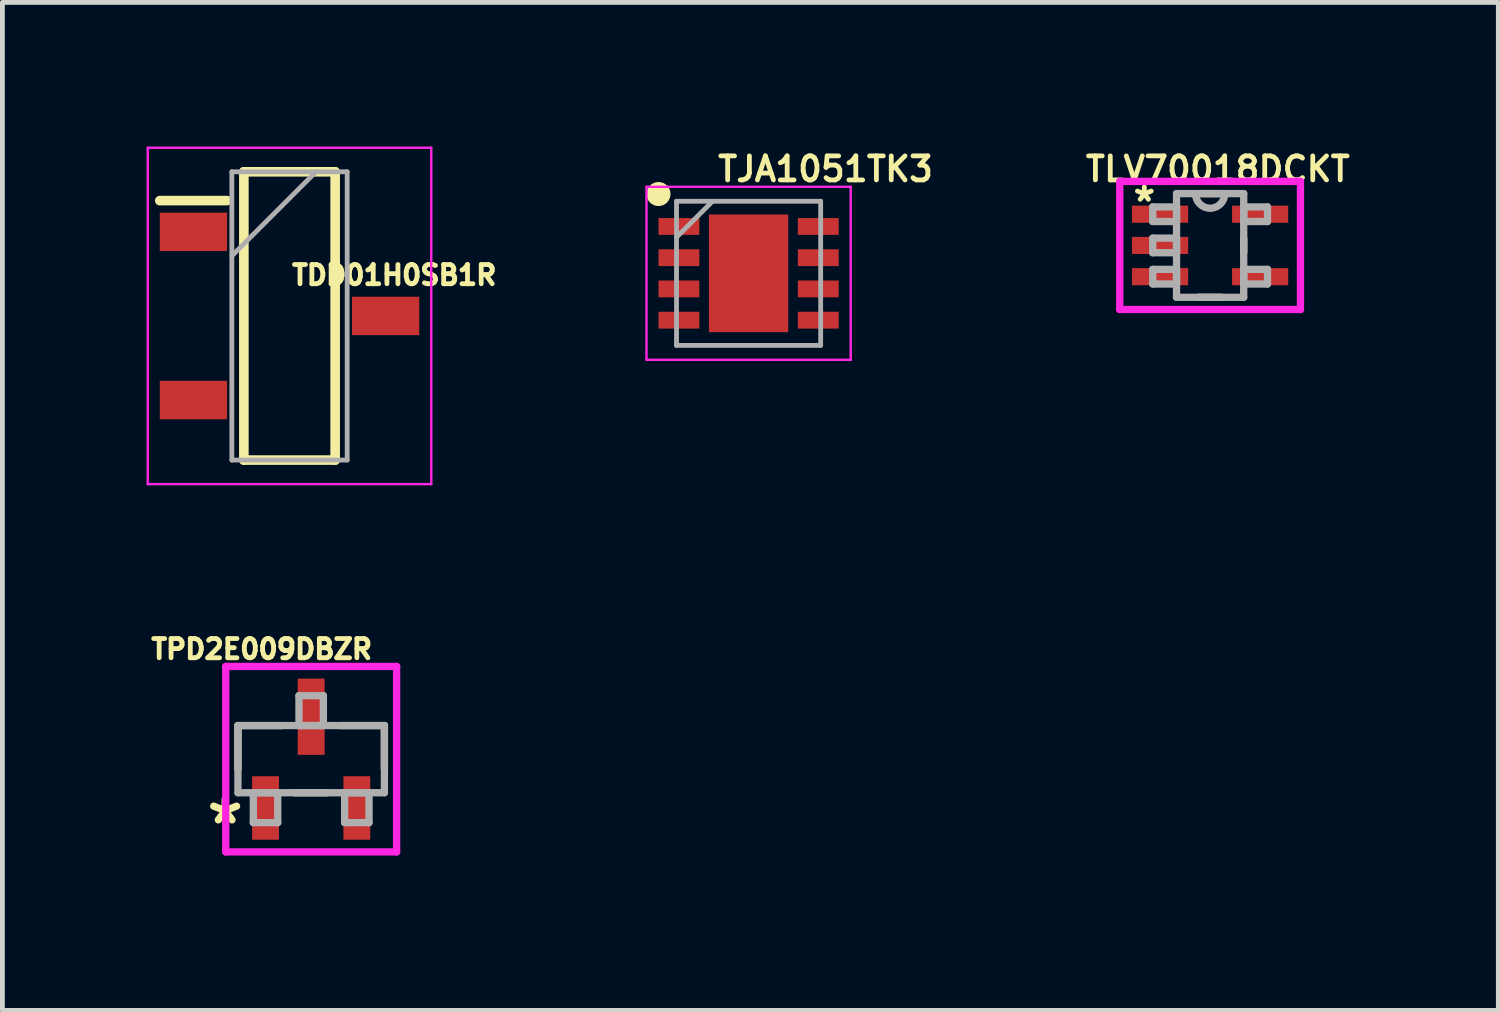
<source format=kicad_pcb>
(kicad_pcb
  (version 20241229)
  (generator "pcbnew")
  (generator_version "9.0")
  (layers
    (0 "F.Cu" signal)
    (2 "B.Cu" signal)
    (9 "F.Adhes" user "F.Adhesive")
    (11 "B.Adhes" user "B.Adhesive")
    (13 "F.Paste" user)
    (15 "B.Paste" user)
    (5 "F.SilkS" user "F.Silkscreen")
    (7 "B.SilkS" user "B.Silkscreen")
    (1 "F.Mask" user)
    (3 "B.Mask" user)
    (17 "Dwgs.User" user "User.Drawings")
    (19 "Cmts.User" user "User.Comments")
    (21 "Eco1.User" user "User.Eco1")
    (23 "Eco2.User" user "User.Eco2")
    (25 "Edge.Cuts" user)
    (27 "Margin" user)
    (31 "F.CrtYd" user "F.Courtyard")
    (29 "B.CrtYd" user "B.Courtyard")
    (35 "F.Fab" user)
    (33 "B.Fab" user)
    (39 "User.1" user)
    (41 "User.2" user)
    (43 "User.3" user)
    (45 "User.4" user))
  (footprint "TDD01H0SB1R"
    (layer "F.Cu")
    (at 2.975 3.525)
    (property "Reference" "TDD01H0SB1R" (at 2.18 -0.85 0) (layer "F.SilkS") (effects (font (size 0.4 0.4) (thickness 0.1))))
    (attr smd)
    (fp_line (start -2.7 -2.4) (end -1.3 -2.4) (stroke (width 0.2) (type solid)) (layer "F.SilkS"))
    (fp_line (start -0.95 -3) (end 0.95 -3) (stroke (width 0.2) (type solid)) (layer "F.SilkS"))
    (fp_line (start -0.95 3) (end -0.95 -3) (stroke (width 0.2) (type solid)) (layer "F.SilkS"))
    (fp_line (start 0.95 -3) (end 0.95 3) (stroke (width 0.2) (type solid)) (layer "F.SilkS"))
    (fp_line (start 0.95 3) (end -0.95 3) (stroke (width 0.2) (type solid)) (layer "F.SilkS"))
    (fp_line (start -2.95 -3.5) (end 2.95 -3.5) (stroke (width 0.05) (type solid)) (layer "F.CrtYd"))
    (fp_line (start -2.95 3.5) (end -2.95 -3.5) (stroke (width 0.05) (type solid)) (layer "F.CrtYd"))
    (fp_line (start 2.95 -3.5) (end 2.95 3.5) (stroke (width 0.05) (type solid)) (layer "F.CrtYd"))
    (fp_line (start 2.95 3.5) (end -2.95 3.5) (stroke (width 0.05) (type solid)) (layer "F.CrtYd"))
    (fp_line (start -1.2 -3) (end 1.2 -3) (stroke (width 0.1) (type solid)) (layer "F.Fab"))
    (fp_line (start -1.2 -1.25) (end 0.55 -3) (stroke (width 0.1) (type solid)) (layer "F.Fab"))
    (fp_line (start -1.2 3) (end -1.2 -3) (stroke (width 0.1) (type solid)) (layer "F.Fab"))
    (fp_line (start 1.2 -3) (end 1.2 3) (stroke (width 0.1) (type solid)) (layer "F.Fab"))
    (fp_line (start 1.2 3) (end -1.2 3) (stroke (width 0.1) (type solid)) (layer "F.Fab"))
    (pad "1" smd rect (at -2 -1.75 90) (size 0.8 1.4) (layers "F.Cu" "F.Mask" "F.Paste"))
    (pad "2" smd rect (at -2 1.75 90) (size 0.8 1.4) (layers "F.Cu" "F.Mask" "F.Paste"))
    (pad "3" smd rect (at 2 0 90) (size 0.8 1.4) (layers "F.Cu" "F.Mask" "F.Paste")))
  (footprint "TPD2E009DBZR"
    (layer "F.Cu")
    (at 3.426 12.749)
    (property "Reference" "TPD2E009DBZR" (at -1.03 -2.29 0) (layer "F.SilkS") (effects (font (size 0.4 0.4) (thickness 0.1))))
    (attr through_hole)
    (fp_line (start -1.524 -0.699) (end -1.524 0.201) (stroke (width 0.152) (type solid)) (layer "F.SilkS"))
    (fp_line (start -0.612 -0.699) (end -1.524 -0.699) (stroke (width 0.152) (type solid)) (layer "F.SilkS"))
    (fp_line (start -0.338 0.699) (end 0.338 0.699) (stroke (width 0.152) (type solid)) (layer "F.SilkS"))
    (fp_line (start 1.524 -0.699) (end 0.612 -0.699) (stroke (width 0.152) (type solid)) (layer "F.SilkS"))
    (fp_line (start 1.524 0.201) (end 1.524 -0.699) (stroke (width 0.152) (type solid)) (layer "F.SilkS"))
    (fp_line (start -1.778 -1.93) (end 1.778 -1.93) (stroke (width 0.152) (type solid)) (layer "F.CrtYd"))
    (fp_line (start -1.778 1.93) (end -1.778 -1.93) (stroke (width 0.152) (type solid)) (layer "F.CrtYd"))
    (fp_line (start 1.778 -1.93) (end 1.778 1.93) (stroke (width 0.152) (type solid)) (layer "F.CrtYd"))
    (fp_line (start 1.778 1.93) (end -1.778 1.93) (stroke (width 0.152) (type solid)) (layer "F.CrtYd"))
    (fp_line (start -1.524 -0.699) (end -1.524 0.699) (stroke (width 0.152) (type solid)) (layer "F.Fab"))
    (fp_line (start -1.524 0.699) (end 1.524 0.699) (stroke (width 0.152) (type solid)) (layer "F.Fab"))
    (fp_line (start -1.204 0.699) (end -1.204 1.321) (stroke (width 0.152) (type solid)) (layer "F.Fab"))
    (fp_line (start -1.204 1.321) (end -0.696 1.321) (stroke (width 0.152) (type solid)) (layer "F.Fab"))
    (fp_line (start -0.696 0.699) (end -1.204 0.699) (stroke (width 0.152) (type solid)) (layer "F.Fab"))
    (fp_line (start -0.696 1.321) (end -0.696 0.699) (stroke (width 0.152) (type solid)) (layer "F.Fab"))
    (fp_line (start -0.254 -1.321) (end -0.254 -0.699) (stroke (width 0.152) (type solid)) (layer "F.Fab"))
    (fp_line (start -0.254 -0.699) (end 0.254 -0.699) (stroke (width 0.152) (type solid)) (layer "F.Fab"))
    (fp_line (start 0.254 -1.321) (end -0.254 -1.321) (stroke (width 0.152) (type solid)) (layer "F.Fab"))
    (fp_line (start 0.254 -0.699) (end 0.254 -1.321) (stroke (width 0.152) (type solid)) (layer "F.Fab"))
    (fp_line (start 0.696 0.699) (end 0.696 1.321) (stroke (width 0.152) (type solid)) (layer "F.Fab"))
    (fp_line (start 0.696 1.321) (end 1.204 1.321) (stroke (width 0.152) (type solid)) (layer "F.Fab"))
    (fp_line (start 1.204 0.699) (end 0.696 0.699) (stroke (width 0.152) (type solid)) (layer "F.Fab"))
    (fp_line (start 1.204 1.321) (end 1.204 0.699) (stroke (width 0.152) (type solid)) (layer "F.Fab"))
    (fp_line (start 1.524 -0.699) (end -1.524 -0.699) (stroke (width 0.152) (type solid)) (layer "F.Fab"))
    (fp_line (start 1.524 0.699) (end 1.524 -0.699) (stroke (width 0.152) (type solid)) (layer "F.Fab"))
    (fp_text user "*" (at -1.79 1.38 0) (layer "F.SilkS") (effects (font (size 1 1) (thickness 0.15))))
    (pad "1" smd rect (at -0.95 1.016) (size 0.559 1.321) (layers "F.Cu" "F.Mask" "F.Paste"))
    (pad "2" smd rect (at 0.95 1.016) (size 0.559 1.321) (layers "F.Cu" "F.Mask" "F.Paste"))
    (pad "3" smd rect (at 0 -0.883) (size 0.559 1.587) (layers "F.Cu" "F.Mask" "F.Paste")))
  (footprint "TLV70018DCKT"
    (layer "F.Cu")
    (at 22.134 2.058)
    (property "Reference" "TLV70018DCKT" (at 0.16 -1.59 0) (layer "F.SilkS") (effects (font (size 0.5 0.5) (thickness 0.1))))
    (attr through_hole)
    (fp_line (start -0.24 1.079) (end 0.24 1.079) (stroke (width 0.152) (type solid)) (layer "F.SilkS"))
    (fp_line (start 0.24 -1.079) (end -0.24 -1.079) (stroke (width 0.152) (type solid)) (layer "F.SilkS"))
    (fp_line (start 0.699 0.139) (end 0.699 -0.139) (stroke (width 0.152) (type solid)) (layer "F.SilkS"))
    (fp_line (start -1.88 -1.333) (end 1.88 -1.333) (stroke (width 0.152) (type solid)) (layer "F.CrtYd"))
    (fp_line (start -1.88 1.333) (end -1.88 -1.333) (stroke (width 0.152) (type solid)) (layer "F.CrtYd"))
    (fp_line (start 1.88 -1.333) (end 1.88 1.333) (stroke (width 0.152) (type solid)) (layer "F.CrtYd"))
    (fp_line (start 1.88 1.333) (end -1.88 1.333) (stroke (width 0.152) (type solid)) (layer "F.CrtYd"))
    (fp_line (start -1.194 -0.802) (end -1.194 -0.498) (stroke (width 0.152) (type solid)) (layer "F.Fab"))
    (fp_line (start -1.194 -0.498) (end -0.699 -0.498) (stroke (width 0.152) (type solid)) (layer "F.Fab"))
    (fp_line (start -1.194 -0.152) (end -1.194 0.152) (stroke (width 0.152) (type solid)) (layer "F.Fab"))
    (fp_line (start -1.194 0.152) (end -0.699 0.152) (stroke (width 0.152) (type solid)) (layer "F.Fab"))
    (fp_line (start -1.194 0.498) (end -1.194 0.802) (stroke (width 0.152) (type solid)) (layer "F.Fab"))
    (fp_line (start -1.194 0.802) (end -0.699 0.802) (stroke (width 0.152) (type solid)) (layer "F.Fab"))
    (fp_line (start -0.699 -1.079) (end -0.699 1.079) (stroke (width 0.152) (type solid)) (layer "F.Fab"))
    (fp_line (start -0.699 -0.802) (end -1.194 -0.802) (stroke (width 0.152) (type solid)) (layer "F.Fab"))
    (fp_line (start -0.699 -0.498) (end -0.699 -0.802) (stroke (width 0.152) (type solid)) (layer "F.Fab"))
    (fp_line (start -0.699 -0.152) (end -1.194 -0.152) (stroke (width 0.152) (type solid)) (layer "F.Fab"))
    (fp_line (start -0.699 0.152) (end -0.699 -0.152) (stroke (width 0.152) (type solid)) (layer "F.Fab"))
    (fp_line (start -0.699 0.498) (end -1.194 0.498) (stroke (width 0.152) (type solid)) (layer "F.Fab"))
    (fp_line (start -0.699 0.802) (end -0.699 0.498) (stroke (width 0.152) (type solid)) (layer "F.Fab"))
    (fp_line (start -0.699 1.079) (end 0.699 1.079) (stroke (width 0.152) (type solid)) (layer "F.Fab"))
    (fp_line (start 0.699 -1.079) (end -0.699 -1.079) (stroke (width 0.152) (type solid)) (layer "F.Fab"))
    (fp_line (start 0.699 -0.802) (end 0.699 -0.498) (stroke (width 0.152) (type solid)) (layer "F.Fab"))
    (fp_line (start 0.699 -0.498) (end 1.194 -0.498) (stroke (width 0.152) (type solid)) (layer "F.Fab"))
    (fp_line (start 0.699 0.498) (end 0.699 0.802) (stroke (width 0.152) (type solid)) (layer "F.Fab"))
    (fp_line (start 0.699 0.802) (end 1.194 0.802) (stroke (width 0.152) (type solid)) (layer "F.Fab"))
    (fp_line (start 0.699 1.079) (end 0.699 -1.079) (stroke (width 0.152) (type solid)) (layer "F.Fab"))
    (fp_line (start 1.194 -0.802) (end 0.699 -0.802) (stroke (width 0.152) (type solid)) (layer "F.Fab"))
    (fp_line (start 1.194 -0.498) (end 1.194 -0.802) (stroke (width 0.152) (type solid)) (layer "F.Fab"))
    (fp_line (start 1.194 0.498) (end 0.699 0.498) (stroke (width 0.152) (type solid)) (layer "F.Fab"))
    (fp_line (start 1.194 0.802) (end 1.194 0.498) (stroke (width 0.152) (type solid)) (layer "F.Fab"))
    (fp_arc (start 0.3048 -1.0795) (mid 0 -0.7747) (end -0.3048 -1.0795) (stroke (width 0.1524) (type solid)) (layer "F.Fab"))
    (fp_text user "*" (at -1.37 -0.89 0) (layer "F.SilkS") (effects (font (size 0.6 0.6) (thickness 0.1))))
    (pad "1" smd rect (at -1.041 -0.65) (size 1.168 0.356) (layers "F.Cu" "F.Mask" "F.Paste"))
    (pad "2" smd rect (at -1.041 0) (size 1.168 0.356) (layers "F.Cu" "F.Mask" "F.Paste"))
    (pad "3" smd rect (at -1.041 0.65) (size 1.168 0.356) (layers "F.Cu" "F.Mask" "F.Paste"))
    (pad "4" smd rect (at 1.041 0.65) (size 1.168 0.356) (layers "F.Cu" "F.Mask" "F.Paste"))
    (pad "5" smd rect (at 1.041 -0.65) (size 1.168 0.356) (layers "F.Cu" "F.Mask" "F.Paste")))
  (footprint "TJA1051TK3"
    (layer "F.Cu")
    (at 12.529 2.638)
    (property "Reference" "TJA1051TK3" (at 1.6 -2.17 0) (layer "F.SilkS") (effects (font (size 0.5 0.5) (thickness 0.1))))
    (attr smd)
    (fp_circle (center -1.875 -1.65) (end -1.875 -1.525) (stroke (width 0.25) (type solid)) (fill no) (layer "F.SilkS"))
    (fp_line (start -2.125 -1.8) (end 2.125 -1.8) (stroke (width 0.05) (type solid)) (layer "F.CrtYd"))
    (fp_line (start -2.125 1.8) (end -2.125 -1.8) (stroke (width 0.05) (type solid)) (layer "F.CrtYd"))
    (fp_line (start 2.125 -1.8) (end 2.125 1.8) (stroke (width 0.05) (type solid)) (layer "F.CrtYd"))
    (fp_line (start 2.125 1.8) (end -2.125 1.8) (stroke (width 0.05) (type solid)) (layer "F.CrtYd"))
    (fp_line (start -1.5 -1.5) (end 1.5 -1.5) (stroke (width 0.1) (type solid)) (layer "F.Fab"))
    (fp_line (start -1.5 -0.75) (end -0.75 -1.5) (stroke (width 0.1) (type solid)) (layer "F.Fab"))
    (fp_line (start -1.5 1.5) (end -1.5 -1.5) (stroke (width 0.1) (type solid)) (layer "F.Fab"))
    (fp_line (start 1.5 -1.5) (end 1.5 1.5) (stroke (width 0.1) (type solid)) (layer "F.Fab"))
    (fp_line (start 1.5 1.5) (end -1.5 1.5) (stroke (width 0.1) (type solid)) (layer "F.Fab"))
    (pad "1" smd rect (at -1.45 -0.975 90) (size 0.35 0.85) (layers "F.Cu" "F.Mask" "F.Paste"))
    (pad "2" smd rect (at -1.45 -0.325 90) (size 0.35 0.85) (layers "F.Cu" "F.Mask" "F.Paste"))
    (pad "3" smd rect (at -1.45 0.325 90) (size 0.35 0.85) (layers "F.Cu" "F.Mask" "F.Paste"))
    (pad "4" smd rect (at -1.45 0.975 90) (size 0.35 0.85) (layers "F.Cu" "F.Mask" "F.Paste"))
    (pad "5" smd rect (at 1.45 0.975 90) (size 0.35 0.85) (layers "F.Cu" "F.Mask" "F.Paste"))
    (pad "6" smd rect (at 1.45 0.325 90) (size 0.35 0.85) (layers "F.Cu" "F.Mask" "F.Paste"))
    (pad "7" smd rect (at 1.45 -0.325 90) (size 0.35 0.85) (layers "F.Cu" "F.Mask" "F.Paste"))
    (pad "8" smd rect (at 1.45 -0.975 90) (size 0.35 0.85) (layers "F.Cu" "F.Mask" "F.Paste"))
    (pad "9" smd rect (at 0 0) (size 1.65 2.45) (layers "F.Cu" "F.Mask" "F.Paste")))
  (gr_rect
    (start -3 -3)
    (end 28.132 17.978)
    (stroke (width 0.1) (type default))
    (fill no)
    (layer "Edge.Cuts")))
</source>
